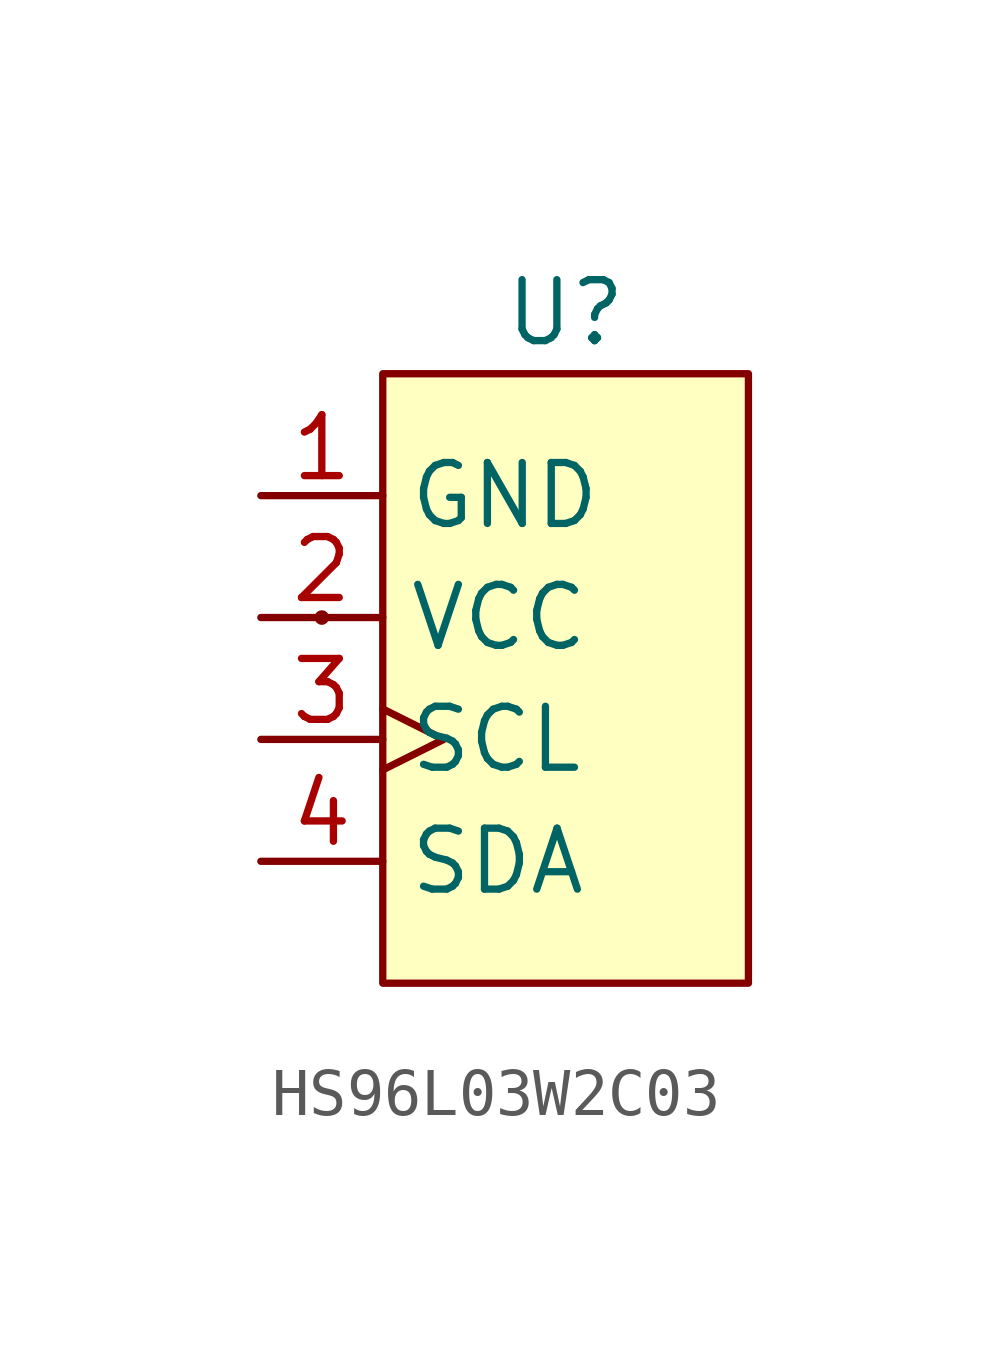
<source format=kicad_sym>
(kicad_symbol_lib
  (version 20220914)
  (generator kicad_symbol_editor)
  (symbol "HS96L03W2C03"
    (property "Reference" "U"
      (at 0 7.62 0)
      (effects (font (size 1.27 1.27))))
    (property "Value" ""
      (at -1.27 0 0)
      (effects (font (size 1.27 1.27))))
    (symbol "HS96L03W2C03_1_1"
      (circle (center -5.08 1.27) (radius 0.0001) (stroke (width 0) (type default)) (fill (type none)))
      (rectangle (start -3.81 6.35) (end 3.81 -6.35) (stroke (width 0) (type default)) (fill (type background)))
      (pin power_in line (at -6.35 3.81 0) (length 2.54) (name "GND" (effects (font (size 1.27 1.27)))) (number "1" (effects (font (size 1.27 1.27)))))
      (pin power_in line (at -6.35 1.27 0) (length 2.54) (name "VCC" (effects (font (size 1.27 1.27)))) (number "2" (effects (font (size 1.27 1.27)))))
      (pin input clock (at -6.35 -1.27 0) (length 2.54) (name "SCL" (effects (font (size 1.27 1.27)))) (number "3" (effects (font (size 1.27 1.27)))))
      (pin input line (at -6.35 -3.81 0) (length 2.54) (name "SDA" (effects (font (size 1.27 1.27)))) (number "4" (effects (font (size 1.27 1.27))))))))
</source>
